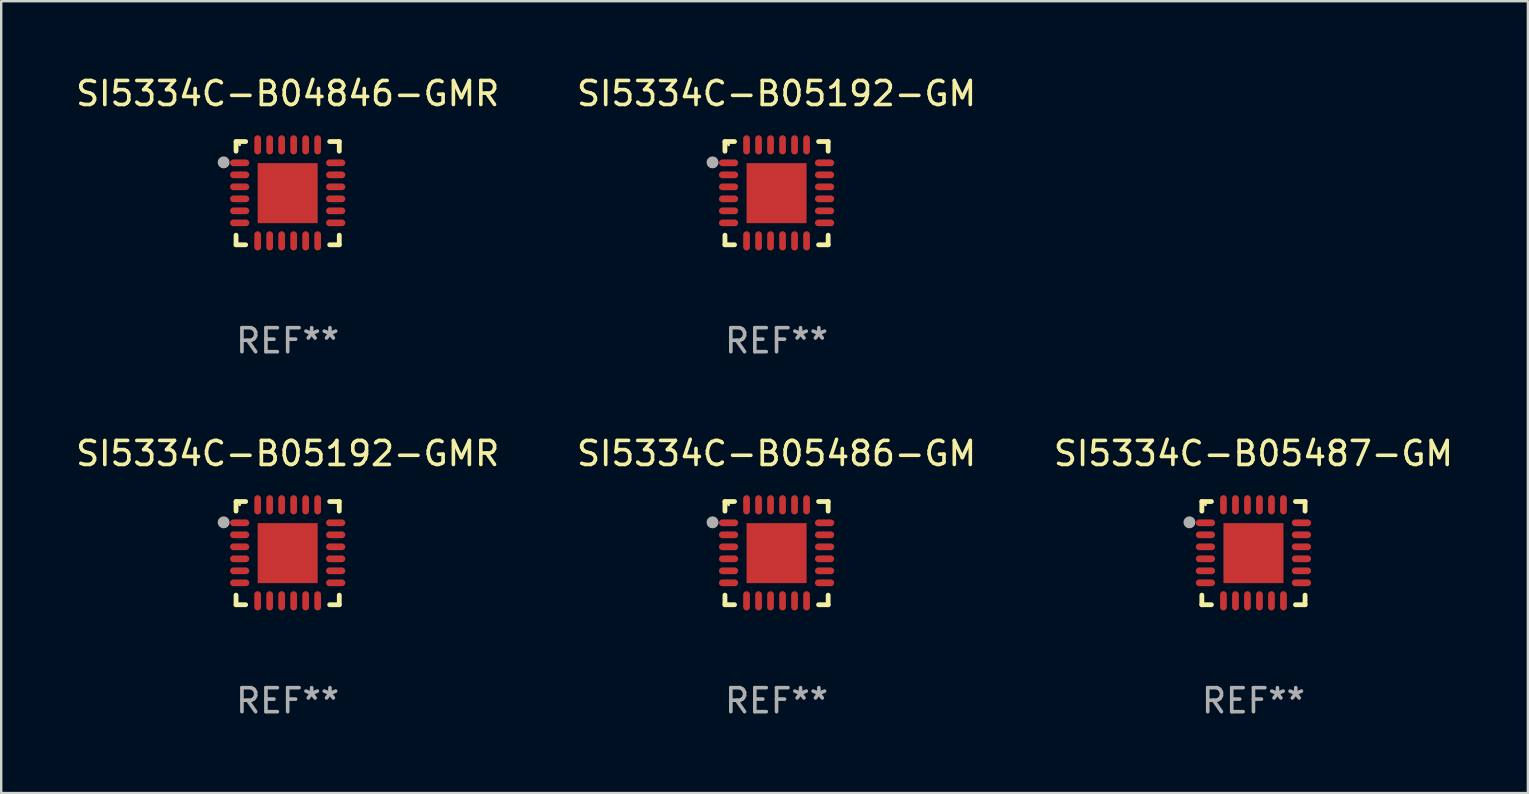
<source format=kicad_pcb>
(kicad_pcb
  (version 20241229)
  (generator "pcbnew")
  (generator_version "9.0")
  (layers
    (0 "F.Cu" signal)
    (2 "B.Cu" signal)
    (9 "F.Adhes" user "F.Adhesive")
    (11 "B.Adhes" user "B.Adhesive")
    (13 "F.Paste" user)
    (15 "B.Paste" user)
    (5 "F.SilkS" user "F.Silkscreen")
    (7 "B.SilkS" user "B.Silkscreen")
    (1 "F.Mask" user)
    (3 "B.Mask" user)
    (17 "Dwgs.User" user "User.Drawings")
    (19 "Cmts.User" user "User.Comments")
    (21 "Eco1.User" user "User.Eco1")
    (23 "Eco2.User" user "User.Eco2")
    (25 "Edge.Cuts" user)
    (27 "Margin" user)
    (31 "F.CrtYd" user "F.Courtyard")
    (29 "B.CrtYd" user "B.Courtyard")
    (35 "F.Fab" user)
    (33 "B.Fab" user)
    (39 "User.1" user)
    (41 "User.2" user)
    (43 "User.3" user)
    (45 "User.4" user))
  (footprint "SI5334C-B05192-GM"
    (layer "F.Cu")
    (at 29.304 4.998)
    (property "Reference" "SI5334C-B05192-GM" (at 0 -4.15 0) (layer "F.SilkS") (effects (font (size 1 1) (thickness 0.15))))
    (attr through_hole)
    (fp_line (start -2.15 -2.15) (end -1.75 -2.15) (stroke (width 0.2) (type solid)) (layer "F.SilkS"))
    (fp_line (start -2.15 -1.75) (end -2.15 -2.15) (stroke (width 0.2) (type solid)) (layer "F.SilkS"))
    (fp_line (start -2.15 2.15) (end -2.15 1.75) (stroke (width 0.2) (type solid)) (layer "F.SilkS"))
    (fp_line (start -1.75 2.15) (end -2.15 2.15) (stroke (width 0.2) (type solid)) (layer "F.SilkS"))
    (fp_line (start 1.75 -2.15) (end 2.15 -2.15) (stroke (width 0.2) (type solid)) (layer "F.SilkS"))
    (fp_line (start 1.75 2.15) (end 2.15 2.15) (stroke (width 0.2) (type solid)) (layer "F.SilkS"))
    (fp_line (start 2.15 -2.15) (end 2.15 -1.75) (stroke (width 0.2) (type solid)) (layer "F.SilkS"))
    (fp_line (start 2.15 2.15) (end 2.15 1.75) (stroke (width 0.2) (type solid)) (layer "F.SilkS"))
    (fp_circle (center -2 -2.013) (end -1.97 -2.013) (stroke (width 0.06) (type solid)) (fill no) (layer "F.SilkS"))
    (fp_circle (center -2.667 -1.283) (end -2.542 -1.283) (stroke (width 0.25) (type solid)) (fill no) (layer "F.Fab"))
    (fp_text user "REF**" (at 0 6.15 0) (layer "F.Fab") (effects (font (size 1 1) (thickness 0.15))))
    (pad "1" smd oval (at -2 -1.263) (size 0.8 0.28) (layers "F.Cu" "F.Mask" "F.Paste"))
    (pad "2" smd oval (at -2 -0.763) (size 0.8 0.28) (layers "F.Cu" "F.Mask" "F.Paste"))
    (pad "3" smd oval (at -2 -0.263) (size 0.8 0.28) (layers "F.Cu" "F.Mask" "F.Paste"))
    (pad "4" smd oval (at -2 0.237) (size 0.8 0.28) (layers "F.Cu" "F.Mask" "F.Paste"))
    (pad "5" smd oval (at -2 0.737) (size 0.8 0.28) (layers "F.Cu" "F.Mask" "F.Paste"))
    (pad "6" smd oval (at -2 1.237) (size 0.8 0.28) (layers "F.Cu" "F.Mask" "F.Paste"))
    (pad "7" smd oval (at -1.25 1.987) (size 0.28 0.8) (layers "F.Cu" "F.Mask" "F.Paste"))
    (pad "8" smd oval (at -0.75 1.987) (size 0.28 0.8) (layers "F.Cu" "F.Mask" "F.Paste"))
    (pad "9" smd oval (at -0.25 1.987) (size 0.28 0.8) (layers "F.Cu" "F.Mask" "F.Paste"))
    (pad "10" smd oval (at 0.25 1.987) (size 0.28 0.8) (layers "F.Cu" "F.Mask" "F.Paste"))
    (pad "11" smd oval (at 0.75 1.987) (size 0.28 0.8) (layers "F.Cu" "F.Mask" "F.Paste"))
    (pad "12" smd oval (at 1.25 1.987) (size 0.28 0.8) (layers "F.Cu" "F.Mask" "F.Paste"))
    (pad "13" smd oval (at 2 1.237) (size 0.8 0.28) (layers "F.Cu" "F.Mask" "F.Paste"))
    (pad "14" smd oval (at 2 0.737) (size 0.8 0.28) (layers "F.Cu" "F.Mask" "F.Paste"))
    (pad "15" smd oval (at 2 0.237) (size 0.8 0.28) (layers "F.Cu" "F.Mask" "F.Paste"))
    (pad "16" smd oval (at 2 -0.263) (size 0.8 0.28) (layers "F.Cu" "F.Mask" "F.Paste"))
    (pad "17" smd oval (at 2 -0.763) (size 0.8 0.28) (layers "F.Cu" "F.Mask" "F.Paste"))
    (pad "18" smd oval (at 2 -1.263) (size 0.8 0.28) (layers "F.Cu" "F.Mask" "F.Paste"))
    (pad "19" smd oval (at 1.25 -2.013) (size 0.28 0.8) (layers "F.Cu" "F.Mask" "F.Paste"))
    (pad "20" smd oval (at 0.75 -2.013) (size 0.28 0.8) (layers "F.Cu" "F.Mask" "F.Paste"))
    (pad "21" smd oval (at 0.25 -2.013) (size 0.28 0.8) (layers "F.Cu" "F.Mask" "F.Paste"))
    (pad "22" smd oval (at -0.25 -2.013) (size 0.28 0.8) (layers "F.Cu" "F.Mask" "F.Paste"))
    (pad "23" smd oval (at -0.75 -2.013) (size 0.28 0.8) (layers "F.Cu" "F.Mask" "F.Paste"))
    (pad "24" smd oval (at -1.25 -2.013) (size 0.28 0.8) (layers "F.Cu" "F.Mask" "F.Paste"))
    (pad "25" smd rect (at -0.000127 -0.00014) (size 2.5 2.5) (layers "F.Cu" "F.Mask" "F.Paste")))
  (footprint "SI5334C-B05486-GM"
    (layer "F.Cu")
    (at 29.304 19.995)
    (property "Reference" "SI5334C-B05486-GM" (at 0 -4.15 0) (layer "F.SilkS") (effects (font (size 1 1) (thickness 0.15))))
    (attr through_hole)
    (fp_line (start -2.15 -2.15) (end -1.75 -2.15) (stroke (width 0.2) (type solid)) (layer "F.SilkS"))
    (fp_line (start -2.15 -1.75) (end -2.15 -2.15) (stroke (width 0.2) (type solid)) (layer "F.SilkS"))
    (fp_line (start -2.15 2.15) (end -2.15 1.75) (stroke (width 0.2) (type solid)) (layer "F.SilkS"))
    (fp_line (start -1.75 2.15) (end -2.15 2.15) (stroke (width 0.2) (type solid)) (layer "F.SilkS"))
    (fp_line (start 1.75 -2.15) (end 2.15 -2.15) (stroke (width 0.2) (type solid)) (layer "F.SilkS"))
    (fp_line (start 1.75 2.15) (end 2.15 2.15) (stroke (width 0.2) (type solid)) (layer "F.SilkS"))
    (fp_line (start 2.15 -2.15) (end 2.15 -1.75) (stroke (width 0.2) (type solid)) (layer "F.SilkS"))
    (fp_line (start 2.15 2.15) (end 2.15 1.75) (stroke (width 0.2) (type solid)) (layer "F.SilkS"))
    (fp_circle (center -2 -2.013) (end -1.97 -2.013) (stroke (width 0.06) (type solid)) (fill no) (layer "F.SilkS"))
    (fp_circle (center -2.667 -1.283) (end -2.542 -1.283) (stroke (width 0.25) (type solid)) (fill no) (layer "F.Fab"))
    (fp_text user "REF**" (at 0 6.15 0) (layer "F.Fab") (effects (font (size 1 1) (thickness 0.15))))
    (pad "1" smd oval (at -2 -1.263) (size 0.8 0.28) (layers "F.Cu" "F.Mask" "F.Paste"))
    (pad "2" smd oval (at -2 -0.763) (size 0.8 0.28) (layers "F.Cu" "F.Mask" "F.Paste"))
    (pad "3" smd oval (at -2 -0.263) (size 0.8 0.28) (layers "F.Cu" "F.Mask" "F.Paste"))
    (pad "4" smd oval (at -2 0.237) (size 0.8 0.28) (layers "F.Cu" "F.Mask" "F.Paste"))
    (pad "5" smd oval (at -2 0.737) (size 0.8 0.28) (layers "F.Cu" "F.Mask" "F.Paste"))
    (pad "6" smd oval (at -2 1.237) (size 0.8 0.28) (layers "F.Cu" "F.Mask" "F.Paste"))
    (pad "7" smd oval (at -1.25 1.987) (size 0.28 0.8) (layers "F.Cu" "F.Mask" "F.Paste"))
    (pad "8" smd oval (at -0.75 1.987) (size 0.28 0.8) (layers "F.Cu" "F.Mask" "F.Paste"))
    (pad "9" smd oval (at -0.25 1.987) (size 0.28 0.8) (layers "F.Cu" "F.Mask" "F.Paste"))
    (pad "10" smd oval (at 0.25 1.987) (size 0.28 0.8) (layers "F.Cu" "F.Mask" "F.Paste"))
    (pad "11" smd oval (at 0.75 1.987) (size 0.28 0.8) (layers "F.Cu" "F.Mask" "F.Paste"))
    (pad "12" smd oval (at 1.25 1.987) (size 0.28 0.8) (layers "F.Cu" "F.Mask" "F.Paste"))
    (pad "13" smd oval (at 2 1.237) (size 0.8 0.28) (layers "F.Cu" "F.Mask" "F.Paste"))
    (pad "14" smd oval (at 2 0.737) (size 0.8 0.28) (layers "F.Cu" "F.Mask" "F.Paste"))
    (pad "15" smd oval (at 2 0.237) (size 0.8 0.28) (layers "F.Cu" "F.Mask" "F.Paste"))
    (pad "16" smd oval (at 2 -0.263) (size 0.8 0.28) (layers "F.Cu" "F.Mask" "F.Paste"))
    (pad "17" smd oval (at 2 -0.763) (size 0.8 0.28) (layers "F.Cu" "F.Mask" "F.Paste"))
    (pad "18" smd oval (at 2 -1.263) (size 0.8 0.28) (layers "F.Cu" "F.Mask" "F.Paste"))
    (pad "19" smd oval (at 1.25 -2.013) (size 0.28 0.8) (layers "F.Cu" "F.Mask" "F.Paste"))
    (pad "20" smd oval (at 0.75 -2.013) (size 0.28 0.8) (layers "F.Cu" "F.Mask" "F.Paste"))
    (pad "21" smd oval (at 0.25 -2.013) (size 0.28 0.8) (layers "F.Cu" "F.Mask" "F.Paste"))
    (pad "22" smd oval (at -0.25 -2.013) (size 0.28 0.8) (layers "F.Cu" "F.Mask" "F.Paste"))
    (pad "23" smd oval (at -0.75 -2.013) (size 0.28 0.8) (layers "F.Cu" "F.Mask" "F.Paste"))
    (pad "24" smd oval (at -1.25 -2.013) (size 0.28 0.8) (layers "F.Cu" "F.Mask" "F.Paste"))
    (pad "25" smd rect (at -0.000127 -0.00014) (size 2.5 2.5) (layers "F.Cu" "F.Mask" "F.Paste")))
  (footprint "SI5334C-B05192-GMR"
    (layer "F.Cu")
    (at 8.935 19.995)
    (property "Reference" "SI5334C-B05192-GMR" (at 0 -4.15 0) (layer "F.SilkS") (effects (font (size 1 1) (thickness 0.15))))
    (attr through_hole)
    (fp_line (start -2.15 -2.15) (end -1.75 -2.15) (stroke (width 0.2) (type solid)) (layer "F.SilkS"))
    (fp_line (start -2.15 -1.75) (end -2.15 -2.15) (stroke (width 0.2) (type solid)) (layer "F.SilkS"))
    (fp_line (start -2.15 2.15) (end -2.15 1.75) (stroke (width 0.2) (type solid)) (layer "F.SilkS"))
    (fp_line (start -1.75 2.15) (end -2.15 2.15) (stroke (width 0.2) (type solid)) (layer "F.SilkS"))
    (fp_line (start 1.75 -2.15) (end 2.15 -2.15) (stroke (width 0.2) (type solid)) (layer "F.SilkS"))
    (fp_line (start 1.75 2.15) (end 2.15 2.15) (stroke (width 0.2) (type solid)) (layer "F.SilkS"))
    (fp_line (start 2.15 -2.15) (end 2.15 -1.75) (stroke (width 0.2) (type solid)) (layer "F.SilkS"))
    (fp_line (start 2.15 2.15) (end 2.15 1.75) (stroke (width 0.2) (type solid)) (layer "F.SilkS"))
    (fp_circle (center -2 -2.013) (end -1.97 -2.013) (stroke (width 0.06) (type solid)) (fill no) (layer "F.SilkS"))
    (fp_circle (center -2.667 -1.283) (end -2.542 -1.283) (stroke (width 0.25) (type solid)) (fill no) (layer "F.Fab"))
    (fp_text user "REF**" (at 0 6.15 0) (layer "F.Fab") (effects (font (size 1 1) (thickness 0.15))))
    (pad "1" smd oval (at -2 -1.263) (size 0.8 0.28) (layers "F.Cu" "F.Mask" "F.Paste"))
    (pad "2" smd oval (at -2 -0.763) (size 0.8 0.28) (layers "F.Cu" "F.Mask" "F.Paste"))
    (pad "3" smd oval (at -2 -0.263) (size 0.8 0.28) (layers "F.Cu" "F.Mask" "F.Paste"))
    (pad "4" smd oval (at -2 0.237) (size 0.8 0.28) (layers "F.Cu" "F.Mask" "F.Paste"))
    (pad "5" smd oval (at -2 0.737) (size 0.8 0.28) (layers "F.Cu" "F.Mask" "F.Paste"))
    (pad "6" smd oval (at -2 1.237) (size 0.8 0.28) (layers "F.Cu" "F.Mask" "F.Paste"))
    (pad "7" smd oval (at -1.25 1.987) (size 0.28 0.8) (layers "F.Cu" "F.Mask" "F.Paste"))
    (pad "8" smd oval (at -0.75 1.987) (size 0.28 0.8) (layers "F.Cu" "F.Mask" "F.Paste"))
    (pad "9" smd oval (at -0.25 1.987) (size 0.28 0.8) (layers "F.Cu" "F.Mask" "F.Paste"))
    (pad "10" smd oval (at 0.25 1.987) (size 0.28 0.8) (layers "F.Cu" "F.Mask" "F.Paste"))
    (pad "11" smd oval (at 0.75 1.987) (size 0.28 0.8) (layers "F.Cu" "F.Mask" "F.Paste"))
    (pad "12" smd oval (at 1.25 1.987) (size 0.28 0.8) (layers "F.Cu" "F.Mask" "F.Paste"))
    (pad "13" smd oval (at 2 1.237) (size 0.8 0.28) (layers "F.Cu" "F.Mask" "F.Paste"))
    (pad "14" smd oval (at 2 0.737) (size 0.8 0.28) (layers "F.Cu" "F.Mask" "F.Paste"))
    (pad "15" smd oval (at 2 0.237) (size 0.8 0.28) (layers "F.Cu" "F.Mask" "F.Paste"))
    (pad "16" smd oval (at 2 -0.263) (size 0.8 0.28) (layers "F.Cu" "F.Mask" "F.Paste"))
    (pad "17" smd oval (at 2 -0.763) (size 0.8 0.28) (layers "F.Cu" "F.Mask" "F.Paste"))
    (pad "18" smd oval (at 2 -1.263) (size 0.8 0.28) (layers "F.Cu" "F.Mask" "F.Paste"))
    (pad "19" smd oval (at 1.25 -2.013) (size 0.28 0.8) (layers "F.Cu" "F.Mask" "F.Paste"))
    (pad "20" smd oval (at 0.75 -2.013) (size 0.28 0.8) (layers "F.Cu" "F.Mask" "F.Paste"))
    (pad "21" smd oval (at 0.25 -2.013) (size 0.28 0.8) (layers "F.Cu" "F.Mask" "F.Paste"))
    (pad "22" smd oval (at -0.25 -2.013) (size 0.28 0.8) (layers "F.Cu" "F.Mask" "F.Paste"))
    (pad "23" smd oval (at -0.75 -2.013) (size 0.28 0.8) (layers "F.Cu" "F.Mask" "F.Paste"))
    (pad "24" smd oval (at -1.25 -2.013) (size 0.28 0.8) (layers "F.Cu" "F.Mask" "F.Paste"))
    (pad "25" smd rect (at -0.000127 -0.00014) (size 2.5 2.5) (layers "F.Cu" "F.Mask" "F.Paste")))
  (footprint "SI5334C-B05487-GM"
    (layer "F.Cu")
    (at 49.173 19.995)
    (property "Reference" "SI5334C-B05487-GM" (at 0 -4.15 0) (layer "F.SilkS") (effects (font (size 1 1) (thickness 0.15))))
    (attr through_hole)
    (fp_line (start -2.15 -2.15) (end -1.75 -2.15) (stroke (width 0.2) (type solid)) (layer "F.SilkS"))
    (fp_line (start -2.15 -1.75) (end -2.15 -2.15) (stroke (width 0.2) (type solid)) (layer "F.SilkS"))
    (fp_line (start -2.15 2.15) (end -2.15 1.75) (stroke (width 0.2) (type solid)) (layer "F.SilkS"))
    (fp_line (start -1.75 2.15) (end -2.15 2.15) (stroke (width 0.2) (type solid)) (layer "F.SilkS"))
    (fp_line (start 1.75 -2.15) (end 2.15 -2.15) (stroke (width 0.2) (type solid)) (layer "F.SilkS"))
    (fp_line (start 1.75 2.15) (end 2.15 2.15) (stroke (width 0.2) (type solid)) (layer "F.SilkS"))
    (fp_line (start 2.15 -2.15) (end 2.15 -1.75) (stroke (width 0.2) (type solid)) (layer "F.SilkS"))
    (fp_line (start 2.15 2.15) (end 2.15 1.75) (stroke (width 0.2) (type solid)) (layer "F.SilkS"))
    (fp_circle (center -2 -2.013) (end -1.97 -2.013) (stroke (width 0.06) (type solid)) (fill no) (layer "F.SilkS"))
    (fp_circle (center -2.667 -1.283) (end -2.542 -1.283) (stroke (width 0.25) (type solid)) (fill no) (layer "F.Fab"))
    (fp_text user "REF**" (at 0 6.15 0) (layer "F.Fab") (effects (font (size 1 1) (thickness 0.15))))
    (pad "1" smd oval (at -2 -1.263) (size 0.8 0.28) (layers "F.Cu" "F.Mask" "F.Paste"))
    (pad "2" smd oval (at -2 -0.763) (size 0.8 0.28) (layers "F.Cu" "F.Mask" "F.Paste"))
    (pad "3" smd oval (at -2 -0.263) (size 0.8 0.28) (layers "F.Cu" "F.Mask" "F.Paste"))
    (pad "4" smd oval (at -2 0.237) (size 0.8 0.28) (layers "F.Cu" "F.Mask" "F.Paste"))
    (pad "5" smd oval (at -2 0.737) (size 0.8 0.28) (layers "F.Cu" "F.Mask" "F.Paste"))
    (pad "6" smd oval (at -2 1.237) (size 0.8 0.28) (layers "F.Cu" "F.Mask" "F.Paste"))
    (pad "7" smd oval (at -1.25 1.987) (size 0.28 0.8) (layers "F.Cu" "F.Mask" "F.Paste"))
    (pad "8" smd oval (at -0.75 1.987) (size 0.28 0.8) (layers "F.Cu" "F.Mask" "F.Paste"))
    (pad "9" smd oval (at -0.25 1.987) (size 0.28 0.8) (layers "F.Cu" "F.Mask" "F.Paste"))
    (pad "10" smd oval (at 0.25 1.987) (size 0.28 0.8) (layers "F.Cu" "F.Mask" "F.Paste"))
    (pad "11" smd oval (at 0.75 1.987) (size 0.28 0.8) (layers "F.Cu" "F.Mask" "F.Paste"))
    (pad "12" smd oval (at 1.25 1.987) (size 0.28 0.8) (layers "F.Cu" "F.Mask" "F.Paste"))
    (pad "13" smd oval (at 2 1.237) (size 0.8 0.28) (layers "F.Cu" "F.Mask" "F.Paste"))
    (pad "14" smd oval (at 2 0.737) (size 0.8 0.28) (layers "F.Cu" "F.Mask" "F.Paste"))
    (pad "15" smd oval (at 2 0.237) (size 0.8 0.28) (layers "F.Cu" "F.Mask" "F.Paste"))
    (pad "16" smd oval (at 2 -0.263) (size 0.8 0.28) (layers "F.Cu" "F.Mask" "F.Paste"))
    (pad "17" smd oval (at 2 -0.763) (size 0.8 0.28) (layers "F.Cu" "F.Mask" "F.Paste"))
    (pad "18" smd oval (at 2 -1.263) (size 0.8 0.28) (layers "F.Cu" "F.Mask" "F.Paste"))
    (pad "19" smd oval (at 1.25 -2.013) (size 0.28 0.8) (layers "F.Cu" "F.Mask" "F.Paste"))
    (pad "20" smd oval (at 0.75 -2.013) (size 0.28 0.8) (layers "F.Cu" "F.Mask" "F.Paste"))
    (pad "21" smd oval (at 0.25 -2.013) (size 0.28 0.8) (layers "F.Cu" "F.Mask" "F.Paste"))
    (pad "22" smd oval (at -0.25 -2.013) (size 0.28 0.8) (layers "F.Cu" "F.Mask" "F.Paste"))
    (pad "23" smd oval (at -0.75 -2.013) (size 0.28 0.8) (layers "F.Cu" "F.Mask" "F.Paste"))
    (pad "24" smd oval (at -1.25 -2.013) (size 0.28 0.8) (layers "F.Cu" "F.Mask" "F.Paste"))
    (pad "25" smd rect (at -0.000127 -0.00014) (size 2.5 2.5) (layers "F.Cu" "F.Mask" "F.Paste")))
  (footprint "SI5334C-B04846-GMR"
    (layer "F.Cu")
    (at 8.935 4.998)
    (property "Reference" "SI5334C-B04846-GMR" (at 0 -4.15 0) (layer "F.SilkS") (effects (font (size 1 1) (thickness 0.15))))
    (attr through_hole)
    (fp_line (start -2.15 -2.15) (end -1.75 -2.15) (stroke (width 0.2) (type solid)) (layer "F.SilkS"))
    (fp_line (start -2.15 -1.75) (end -2.15 -2.15) (stroke (width 0.2) (type solid)) (layer "F.SilkS"))
    (fp_line (start -2.15 2.15) (end -2.15 1.75) (stroke (width 0.2) (type solid)) (layer "F.SilkS"))
    (fp_line (start -1.75 2.15) (end -2.15 2.15) (stroke (width 0.2) (type solid)) (layer "F.SilkS"))
    (fp_line (start 1.75 -2.15) (end 2.15 -2.15) (stroke (width 0.2) (type solid)) (layer "F.SilkS"))
    (fp_line (start 1.75 2.15) (end 2.15 2.15) (stroke (width 0.2) (type solid)) (layer "F.SilkS"))
    (fp_line (start 2.15 -2.15) (end 2.15 -1.75) (stroke (width 0.2) (type solid)) (layer "F.SilkS"))
    (fp_line (start 2.15 2.15) (end 2.15 1.75) (stroke (width 0.2) (type solid)) (layer "F.SilkS"))
    (fp_circle (center -2 -2.013) (end -1.97 -2.013) (stroke (width 0.06) (type solid)) (fill no) (layer "F.SilkS"))
    (fp_circle (center -2.667 -1.283) (end -2.542 -1.283) (stroke (width 0.25) (type solid)) (fill no) (layer "F.Fab"))
    (fp_text user "REF**" (at 0 6.15 0) (layer "F.Fab") (effects (font (size 1 1) (thickness 0.15))))
    (pad "1" smd oval (at -2 -1.263) (size 0.8 0.28) (layers "F.Cu" "F.Mask" "F.Paste"))
    (pad "2" smd oval (at -2 -0.763) (size 0.8 0.28) (layers "F.Cu" "F.Mask" "F.Paste"))
    (pad "3" smd oval (at -2 -0.263) (size 0.8 0.28) (layers "F.Cu" "F.Mask" "F.Paste"))
    (pad "4" smd oval (at -2 0.237) (size 0.8 0.28) (layers "F.Cu" "F.Mask" "F.Paste"))
    (pad "5" smd oval (at -2 0.737) (size 0.8 0.28) (layers "F.Cu" "F.Mask" "F.Paste"))
    (pad "6" smd oval (at -2 1.237) (size 0.8 0.28) (layers "F.Cu" "F.Mask" "F.Paste"))
    (pad "7" smd oval (at -1.25 1.987) (size 0.28 0.8) (layers "F.Cu" "F.Mask" "F.Paste"))
    (pad "8" smd oval (at -0.75 1.987) (size 0.28 0.8) (layers "F.Cu" "F.Mask" "F.Paste"))
    (pad "9" smd oval (at -0.25 1.987) (size 0.28 0.8) (layers "F.Cu" "F.Mask" "F.Paste"))
    (pad "10" smd oval (at 0.25 1.987) (size 0.28 0.8) (layers "F.Cu" "F.Mask" "F.Paste"))
    (pad "11" smd oval (at 0.75 1.987) (size 0.28 0.8) (layers "F.Cu" "F.Mask" "F.Paste"))
    (pad "12" smd oval (at 1.25 1.987) (size 0.28 0.8) (layers "F.Cu" "F.Mask" "F.Paste"))
    (pad "13" smd oval (at 2 1.237) (size 0.8 0.28) (layers "F.Cu" "F.Mask" "F.Paste"))
    (pad "14" smd oval (at 2 0.737) (size 0.8 0.28) (layers "F.Cu" "F.Mask" "F.Paste"))
    (pad "15" smd oval (at 2 0.237) (size 0.8 0.28) (layers "F.Cu" "F.Mask" "F.Paste"))
    (pad "16" smd oval (at 2 -0.263) (size 0.8 0.28) (layers "F.Cu" "F.Mask" "F.Paste"))
    (pad "17" smd oval (at 2 -0.763) (size 0.8 0.28) (layers "F.Cu" "F.Mask" "F.Paste"))
    (pad "18" smd oval (at 2 -1.263) (size 0.8 0.28) (layers "F.Cu" "F.Mask" "F.Paste"))
    (pad "19" smd oval (at 1.25 -2.013) (size 0.28 0.8) (layers "F.Cu" "F.Mask" "F.Paste"))
    (pad "20" smd oval (at 0.75 -2.013) (size 0.28 0.8) (layers "F.Cu" "F.Mask" "F.Paste"))
    (pad "21" smd oval (at 0.25 -2.013) (size 0.28 0.8) (layers "F.Cu" "F.Mask" "F.Paste"))
    (pad "22" smd oval (at -0.25 -2.013) (size 0.28 0.8) (layers "F.Cu" "F.Mask" "F.Paste"))
    (pad "23" smd oval (at -0.75 -2.013) (size 0.28 0.8) (layers "F.Cu" "F.Mask" "F.Paste"))
    (pad "24" smd oval (at -1.25 -2.013) (size 0.28 0.8) (layers "F.Cu" "F.Mask" "F.Paste"))
    (pad "25" smd rect (at -0.000127 -0.00014) (size 2.5 2.5) (layers "F.Cu" "F.Mask" "F.Paste")))
  (gr_rect
    (start -3 -3)
    (end 60.607 29.993)
    (stroke (width 0.1) (type default))
    (fill no)
    (layer "Edge.Cuts")))
</source>
